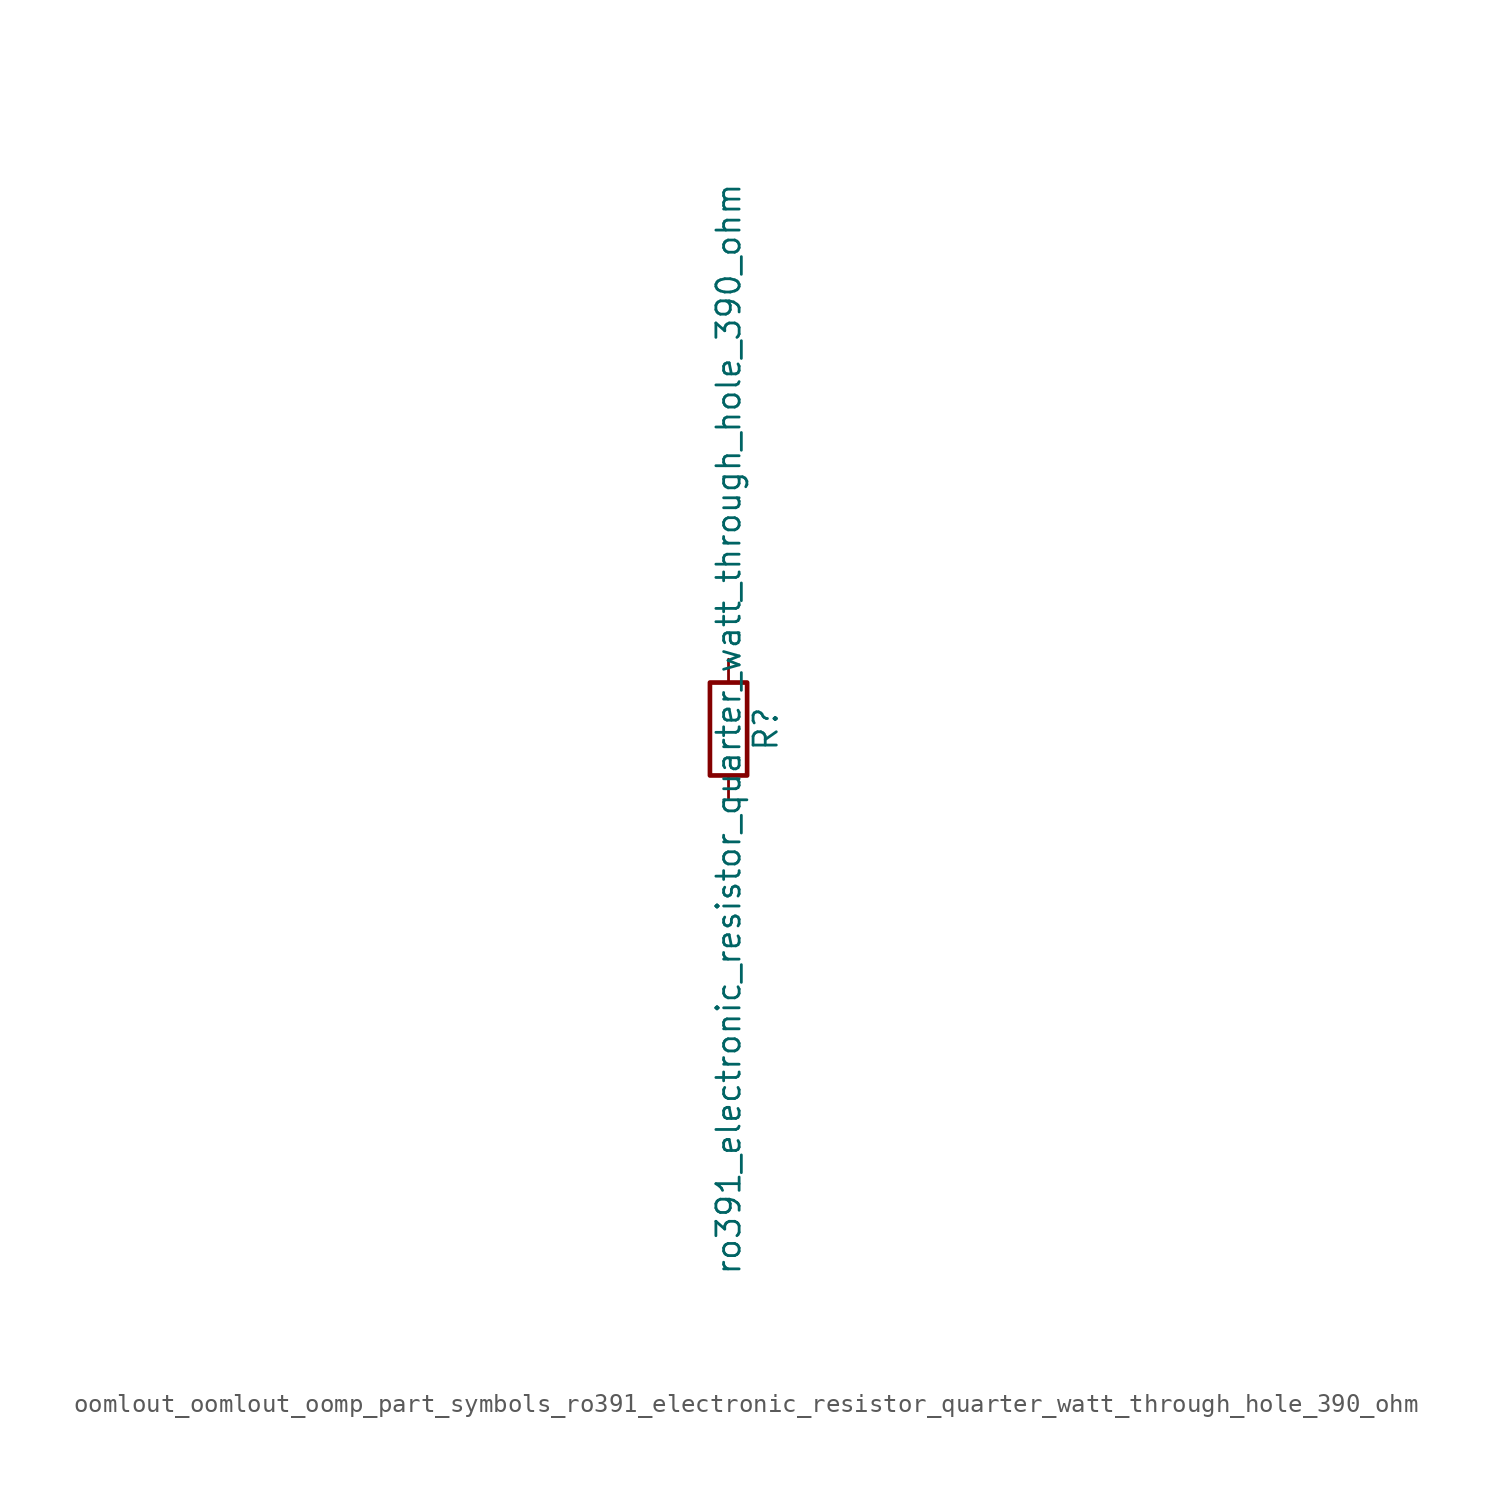
<source format=kicad_sym>
(kicad_symbol_lib
  (version 20220914)
  (generator kicad_symbol_editor)
  (symbol "oomlout_oomlout_oomp_part_symbols_ro391_electronic_resistor_quarter_watt_through_hole_390_ohm"
    (pin_numbers hide)
    (pin_names
      (offset 0))
    (property "Reference" "R"
      (at 2.032 0 90)
      (effects (font (size 1.27 1.27))))
    (property "Value" "ro391_electronic_resistor_quarter_watt_through_hole_390_ohm"
      (at 0 0 90)
      (effects (font (size 1.27 1.27))))
    (symbol "oomlout_oomlout_oomp_part_symbols_ro391_electronic_resistor_quarter_watt_through_hole_390_ohm_0_1"
      (rectangle (start -1.016 -2.54) (end 1.016 2.54) (stroke (width 0.254) (type default)) (fill (type none))))
    (symbol "oomlout_oomlout_oomp_part_symbols_ro391_electronic_resistor_quarter_watt_through_hole_390_ohm_1_1"
      (pin passive line (at 0 3.81 270) (length 1.27) (name "~" (effects (font (size 1.27 1.27)))) (number "1" (effects (font (size 1.27 1.27)))))
      (pin passive line (at 0 -3.81 90) (length 1.27) (name "~" (effects (font (size 1.27 1.27)))) (number "2" (effects (font (size 1.27 1.27))))))))
</source>
